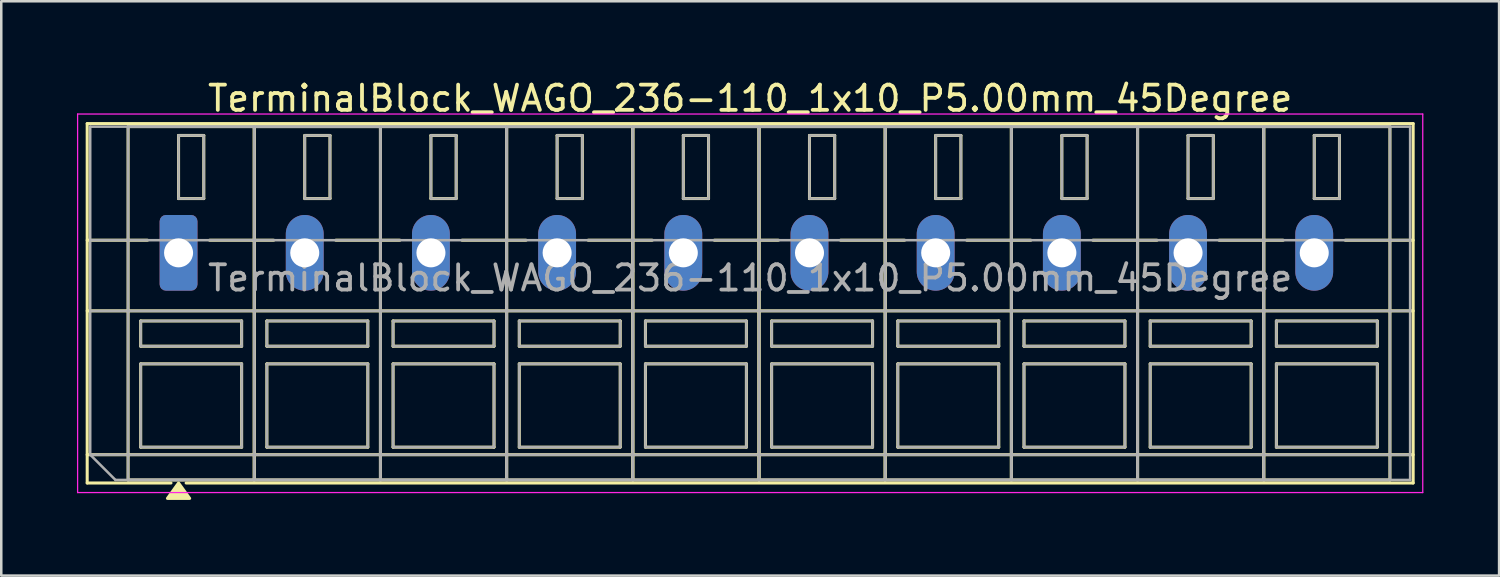
<source format=kicad_pcb>
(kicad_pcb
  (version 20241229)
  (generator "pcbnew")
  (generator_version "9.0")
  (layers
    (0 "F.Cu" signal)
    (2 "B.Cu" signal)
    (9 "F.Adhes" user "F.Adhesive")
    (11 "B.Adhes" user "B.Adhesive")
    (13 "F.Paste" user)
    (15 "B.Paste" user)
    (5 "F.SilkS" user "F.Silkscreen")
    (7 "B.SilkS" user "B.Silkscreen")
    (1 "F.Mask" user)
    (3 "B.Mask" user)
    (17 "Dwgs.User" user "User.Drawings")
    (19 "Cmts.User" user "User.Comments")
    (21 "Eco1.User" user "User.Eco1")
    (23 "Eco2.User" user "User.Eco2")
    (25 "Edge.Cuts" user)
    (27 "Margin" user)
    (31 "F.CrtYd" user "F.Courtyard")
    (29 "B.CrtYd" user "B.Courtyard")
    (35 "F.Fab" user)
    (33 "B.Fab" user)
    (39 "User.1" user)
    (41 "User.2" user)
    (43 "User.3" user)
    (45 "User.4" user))
  (footprint "TerminalBlock_WAGO_236-110_1x10_P5.00mm_45Degree"
    (layer "F.Cu")
    (at 4.025 6.968)
    (property "Reference" "TerminalBlock_WAGO_236-110_1x10_P5.00mm_45Degree" (at 22.65 -6.12 0) (layer "F.SilkS") (effects (font (size 1 1) (thickness 0.15))))
    (attr through_hole)
    (fp_line (start -3.62 -5.12) (end -3.62 9.12) (stroke (width 0.12) (type solid)) (layer "F.SilkS"))
    (fp_line (start -3.62 -5.12) (end 48.92 -5.12) (stroke (width 0.12) (type solid)) (layer "F.SilkS"))
    (fp_line (start -3.62 -0.5) (end -1.23 -0.5) (stroke (width 0.12) (type solid)) (layer "F.SilkS"))
    (fp_line (start -3.62 2.3) (end 48.92 2.3) (stroke (width 0.12) (type solid)) (layer "F.SilkS"))
    (fp_line (start -3.62 8) (end 48.92 8) (stroke (width 0.12) (type solid)) (layer "F.SilkS"))
    (fp_line (start -3.62 9.12) (end -0.3 9.12) (stroke (width 0.12) (type solid)) (layer "F.SilkS"))
    (fp_line (start -2 -5) (end -2 9) (stroke (width 0.12) (type solid)) (layer "F.SilkS"))
    (fp_line (start -2 -5) (end 3 -5) (stroke (width 0.12) (type solid)) (layer "F.SilkS"))
    (fp_line (start -2 9) (end 3 9) (stroke (width 0.12) (type solid)) (layer "F.SilkS"))
    (fp_line (start -1.5 2.7) (end -1.5 3.7) (stroke (width 0.12) (type solid)) (layer "F.SilkS"))
    (fp_line (start -1.5 2.7) (end 2.5 2.7) (stroke (width 0.12) (type solid)) (layer "F.SilkS"))
    (fp_line (start -1.5 3.7) (end 2.5 3.7) (stroke (width 0.12) (type solid)) (layer "F.SilkS"))
    (fp_line (start -1.5 4.4) (end -1.5 7.7) (stroke (width 0.12) (type solid)) (layer "F.SilkS"))
    (fp_line (start -1.5 4.4) (end 2.5 4.4) (stroke (width 0.12) (type solid)) (layer "F.SilkS"))
    (fp_line (start -1.5 7.7) (end 2.5 7.7) (stroke (width 0.12) (type solid)) (layer "F.SilkS"))
    (fp_line (start 0 -4.65) (end 0 -2.15) (stroke (width 0.12) (type solid)) (layer "F.SilkS"))
    (fp_line (start 0 -4.65) (end 1 -4.65) (stroke (width 0.12) (type solid)) (layer "F.SilkS"))
    (fp_line (start 0 -2.15) (end 1 -2.15) (stroke (width 0.12) (type solid)) (layer "F.SilkS"))
    (fp_line (start 0.3 9.12) (end 48.92 9.12) (stroke (width 0.12) (type solid)) (layer "F.SilkS"))
    (fp_line (start 1 -4.65) (end 1 -2.15) (stroke (width 0.12) (type solid)) (layer "F.SilkS"))
    (fp_line (start 1.23 -0.5) (end 3.77 -0.5) (stroke (width 0.12) (type solid)) (layer "F.SilkS"))
    (fp_line (start 2.5 2.7) (end 2.5 3.7) (stroke (width 0.12) (type solid)) (layer "F.SilkS"))
    (fp_line (start 2.5 4.4) (end 2.5 7.7) (stroke (width 0.12) (type solid)) (layer "F.SilkS"))
    (fp_line (start 3 -5) (end 3 9) (stroke (width 0.12) (type solid)) (layer "F.SilkS"))
    (fp_line (start 3 -5) (end 3 9) (stroke (width 0.12) (type solid)) (layer "F.SilkS"))
    (fp_line (start 3 -5) (end 8 -5) (stroke (width 0.12) (type solid)) (layer "F.SilkS"))
    (fp_line (start 3 9) (end 8 9) (stroke (width 0.12) (type solid)) (layer "F.SilkS"))
    (fp_line (start 3.5 2.7) (end 3.5 3.7) (stroke (width 0.12) (type solid)) (layer "F.SilkS"))
    (fp_line (start 3.5 2.7) (end 7.5 2.7) (stroke (width 0.12) (type solid)) (layer "F.SilkS"))
    (fp_line (start 3.5 3.7) (end 7.5 3.7) (stroke (width 0.12) (type solid)) (layer "F.SilkS"))
    (fp_line (start 3.5 4.4) (end 3.5 7.7) (stroke (width 0.12) (type solid)) (layer "F.SilkS"))
    (fp_line (start 3.5 4.4) (end 7.5 4.4) (stroke (width 0.12) (type solid)) (layer "F.SilkS"))
    (fp_line (start 3.5 7.7) (end 7.5 7.7) (stroke (width 0.12) (type solid)) (layer "F.SilkS"))
    (fp_line (start 5 -4.65) (end 5 -2.15) (stroke (width 0.12) (type solid)) (layer "F.SilkS"))
    (fp_line (start 5 -4.65) (end 6 -4.65) (stroke (width 0.12) (type solid)) (layer "F.SilkS"))
    (fp_line (start 5 -2.15) (end 6 -2.15) (stroke (width 0.12) (type solid)) (layer "F.SilkS"))
    (fp_line (start 6 -4.65) (end 6 -2.15) (stroke (width 0.12) (type solid)) (layer "F.SilkS"))
    (fp_line (start 6.23 -0.5) (end 8.77 -0.5) (stroke (width 0.12) (type solid)) (layer "F.SilkS"))
    (fp_line (start 7.5 2.7) (end 7.5 3.7) (stroke (width 0.12) (type solid)) (layer "F.SilkS"))
    (fp_line (start 7.5 4.4) (end 7.5 7.7) (stroke (width 0.12) (type solid)) (layer "F.SilkS"))
    (fp_line (start 8 -5) (end 8 9) (stroke (width 0.12) (type solid)) (layer "F.SilkS"))
    (fp_line (start 8 -5) (end 8 9) (stroke (width 0.12) (type solid)) (layer "F.SilkS"))
    (fp_line (start 8 -5) (end 13 -5) (stroke (width 0.12) (type solid)) (layer "F.SilkS"))
    (fp_line (start 8 9) (end 13 9) (stroke (width 0.12) (type solid)) (layer "F.SilkS"))
    (fp_line (start 8.5 2.7) (end 8.5 3.7) (stroke (width 0.12) (type solid)) (layer "F.SilkS"))
    (fp_line (start 8.5 2.7) (end 12.5 2.7) (stroke (width 0.12) (type solid)) (layer "F.SilkS"))
    (fp_line (start 8.5 3.7) (end 12.5 3.7) (stroke (width 0.12) (type solid)) (layer "F.SilkS"))
    (fp_line (start 8.5 4.4) (end 8.5 7.7) (stroke (width 0.12) (type solid)) (layer "F.SilkS"))
    (fp_line (start 8.5 4.4) (end 12.5 4.4) (stroke (width 0.12) (type solid)) (layer "F.SilkS"))
    (fp_line (start 8.5 7.7) (end 12.5 7.7) (stroke (width 0.12) (type solid)) (layer "F.SilkS"))
    (fp_line (start 10 -4.65) (end 10 -2.15) (stroke (width 0.12) (type solid)) (layer "F.SilkS"))
    (fp_line (start 10 -4.65) (end 11 -4.65) (stroke (width 0.12) (type solid)) (layer "F.SilkS"))
    (fp_line (start 10 -2.15) (end 11 -2.15) (stroke (width 0.12) (type solid)) (layer "F.SilkS"))
    (fp_line (start 11 -4.65) (end 11 -2.15) (stroke (width 0.12) (type solid)) (layer "F.SilkS"))
    (fp_line (start 11.23 -0.5) (end 13.77 -0.5) (stroke (width 0.12) (type solid)) (layer "F.SilkS"))
    (fp_line (start 12.5 2.7) (end 12.5 3.7) (stroke (width 0.12) (type solid)) (layer "F.SilkS"))
    (fp_line (start 12.5 4.4) (end 12.5 7.7) (stroke (width 0.12) (type solid)) (layer "F.SilkS"))
    (fp_line (start 13 -5) (end 13 9) (stroke (width 0.12) (type solid)) (layer "F.SilkS"))
    (fp_line (start 13 -5) (end 13 9) (stroke (width 0.12) (type solid)) (layer "F.SilkS"))
    (fp_line (start 13 -5) (end 18 -5) (stroke (width 0.12) (type solid)) (layer "F.SilkS"))
    (fp_line (start 13 9) (end 18 9) (stroke (width 0.12) (type solid)) (layer "F.SilkS"))
    (fp_line (start 13.5 2.7) (end 13.5 3.7) (stroke (width 0.12) (type solid)) (layer "F.SilkS"))
    (fp_line (start 13.5 2.7) (end 17.5 2.7) (stroke (width 0.12) (type solid)) (layer "F.SilkS"))
    (fp_line (start 13.5 3.7) (end 17.5 3.7) (stroke (width 0.12) (type solid)) (layer "F.SilkS"))
    (fp_line (start 13.5 4.4) (end 13.5 7.7) (stroke (width 0.12) (type solid)) (layer "F.SilkS"))
    (fp_line (start 13.5 4.4) (end 17.5 4.4) (stroke (width 0.12) (type solid)) (layer "F.SilkS"))
    (fp_line (start 13.5 7.7) (end 17.5 7.7) (stroke (width 0.12) (type solid)) (layer "F.SilkS"))
    (fp_line (start 15 -4.65) (end 15 -2.15) (stroke (width 0.12) (type solid)) (layer "F.SilkS"))
    (fp_line (start 15 -4.65) (end 16 -4.65) (stroke (width 0.12) (type solid)) (layer "F.SilkS"))
    (fp_line (start 15 -2.15) (end 16 -2.15) (stroke (width 0.12) (type solid)) (layer "F.SilkS"))
    (fp_line (start 16 -4.65) (end 16 -2.15) (stroke (width 0.12) (type solid)) (layer "F.SilkS"))
    (fp_line (start 16.23 -0.5) (end 18.77 -0.5) (stroke (width 0.12) (type solid)) (layer "F.SilkS"))
    (fp_line (start 17.5 2.7) (end 17.5 3.7) (stroke (width 0.12) (type solid)) (layer "F.SilkS"))
    (fp_line (start 17.5 4.4) (end 17.5 7.7) (stroke (width 0.12) (type solid)) (layer "F.SilkS"))
    (fp_line (start 18 -5) (end 18 9) (stroke (width 0.12) (type solid)) (layer "F.SilkS"))
    (fp_line (start 18 -5) (end 18 9) (stroke (width 0.12) (type solid)) (layer "F.SilkS"))
    (fp_line (start 18 -5) (end 23 -5) (stroke (width 0.12) (type solid)) (layer "F.SilkS"))
    (fp_line (start 18 9) (end 23 9) (stroke (width 0.12) (type solid)) (layer "F.SilkS"))
    (fp_line (start 18.5 2.7) (end 18.5 3.7) (stroke (width 0.12) (type solid)) (layer "F.SilkS"))
    (fp_line (start 18.5 2.7) (end 22.5 2.7) (stroke (width 0.12) (type solid)) (layer "F.SilkS"))
    (fp_line (start 18.5 3.7) (end 22.5 3.7) (stroke (width 0.12) (type solid)) (layer "F.SilkS"))
    (fp_line (start 18.5 4.4) (end 18.5 7.7) (stroke (width 0.12) (type solid)) (layer "F.SilkS"))
    (fp_line (start 18.5 4.4) (end 22.5 4.4) (stroke (width 0.12) (type solid)) (layer "F.SilkS"))
    (fp_line (start 18.5 7.7) (end 22.5 7.7) (stroke (width 0.12) (type solid)) (layer "F.SilkS"))
    (fp_line (start 20 -4.65) (end 20 -2.15) (stroke (width 0.12) (type solid)) (layer "F.SilkS"))
    (fp_line (start 20 -4.65) (end 21 -4.65) (stroke (width 0.12) (type solid)) (layer "F.SilkS"))
    (fp_line (start 20 -2.15) (end 21 -2.15) (stroke (width 0.12) (type solid)) (layer "F.SilkS"))
    (fp_line (start 21 -4.65) (end 21 -2.15) (stroke (width 0.12) (type solid)) (layer "F.SilkS"))
    (fp_line (start 21.23 -0.5) (end 23.77 -0.5) (stroke (width 0.12) (type solid)) (layer "F.SilkS"))
    (fp_line (start 22.5 2.7) (end 22.5 3.7) (stroke (width 0.12) (type solid)) (layer "F.SilkS"))
    (fp_line (start 22.5 4.4) (end 22.5 7.7) (stroke (width 0.12) (type solid)) (layer "F.SilkS"))
    (fp_line (start 23 -5) (end 23 9) (stroke (width 0.12) (type solid)) (layer "F.SilkS"))
    (fp_line (start 23 -5) (end 23 9) (stroke (width 0.12) (type solid)) (layer "F.SilkS"))
    (fp_line (start 23 -5) (end 28 -5) (stroke (width 0.12) (type solid)) (layer "F.SilkS"))
    (fp_line (start 23 9) (end 28 9) (stroke (width 0.12) (type solid)) (layer "F.SilkS"))
    (fp_line (start 23.5 2.7) (end 23.5 3.7) (stroke (width 0.12) (type solid)) (layer "F.SilkS"))
    (fp_line (start 23.5 2.7) (end 27.5 2.7) (stroke (width 0.12) (type solid)) (layer "F.SilkS"))
    (fp_line (start 23.5 3.7) (end 27.5 3.7) (stroke (width 0.12) (type solid)) (layer "F.SilkS"))
    (fp_line (start 23.5 4.4) (end 23.5 7.7) (stroke (width 0.12) (type solid)) (layer "F.SilkS"))
    (fp_line (start 23.5 4.4) (end 27.5 4.4) (stroke (width 0.12) (type solid)) (layer "F.SilkS"))
    (fp_line (start 23.5 7.7) (end 27.5 7.7) (stroke (width 0.12) (type solid)) (layer "F.SilkS"))
    (fp_line (start 25 -4.65) (end 25 -2.15) (stroke (width 0.12) (type solid)) (layer "F.SilkS"))
    (fp_line (start 25 -4.65) (end 26 -4.65) (stroke (width 0.12) (type solid)) (layer "F.SilkS"))
    (fp_line (start 25 -2.15) (end 26 -2.15) (stroke (width 0.12) (type solid)) (layer "F.SilkS"))
    (fp_line (start 26 -4.65) (end 26 -2.15) (stroke (width 0.12) (type solid)) (layer "F.SilkS"))
    (fp_line (start 26.23 -0.5) (end 28.77 -0.5) (stroke (width 0.12) (type solid)) (layer "F.SilkS"))
    (fp_line (start 27.5 2.7) (end 27.5 3.7) (stroke (width 0.12) (type solid)) (layer "F.SilkS"))
    (fp_line (start 27.5 4.4) (end 27.5 7.7) (stroke (width 0.12) (type solid)) (layer "F.SilkS"))
    (fp_line (start 28 -5) (end 28 9) (stroke (width 0.12) (type solid)) (layer "F.SilkS"))
    (fp_line (start 28 -5) (end 28 9) (stroke (width 0.12) (type solid)) (layer "F.SilkS"))
    (fp_line (start 28 -5) (end 33 -5) (stroke (width 0.12) (type solid)) (layer "F.SilkS"))
    (fp_line (start 28 9) (end 33 9) (stroke (width 0.12) (type solid)) (layer "F.SilkS"))
    (fp_line (start 28.5 2.7) (end 28.5 3.7) (stroke (width 0.12) (type solid)) (layer "F.SilkS"))
    (fp_line (start 28.5 2.7) (end 32.5 2.7) (stroke (width 0.12) (type solid)) (layer "F.SilkS"))
    (fp_line (start 28.5 3.7) (end 32.5 3.7) (stroke (width 0.12) (type solid)) (layer "F.SilkS"))
    (fp_line (start 28.5 4.4) (end 28.5 7.7) (stroke (width 0.12) (type solid)) (layer "F.SilkS"))
    (fp_line (start 28.5 4.4) (end 32.5 4.4) (stroke (width 0.12) (type solid)) (layer "F.SilkS"))
    (fp_line (start 28.5 7.7) (end 32.5 7.7) (stroke (width 0.12) (type solid)) (layer "F.SilkS"))
    (fp_line (start 30 -4.65) (end 30 -2.15) (stroke (width 0.12) (type solid)) (layer "F.SilkS"))
    (fp_line (start 30 -4.65) (end 31 -4.65) (stroke (width 0.12) (type solid)) (layer "F.SilkS"))
    (fp_line (start 30 -2.15) (end 31 -2.15) (stroke (width 0.12) (type solid)) (layer "F.SilkS"))
    (fp_line (start 31 -4.65) (end 31 -2.15) (stroke (width 0.12) (type solid)) (layer "F.SilkS"))
    (fp_line (start 31.23 -0.5) (end 33.77 -0.5) (stroke (width 0.12) (type solid)) (layer "F.SilkS"))
    (fp_line (start 32.5 2.7) (end 32.5 3.7) (stroke (width 0.12) (type solid)) (layer "F.SilkS"))
    (fp_line (start 32.5 4.4) (end 32.5 7.7) (stroke (width 0.12) (type solid)) (layer "F.SilkS"))
    (fp_line (start 33 -5) (end 33 9) (stroke (width 0.12) (type solid)) (layer "F.SilkS"))
    (fp_line (start 33 -5) (end 33 9) (stroke (width 0.12) (type solid)) (layer "F.SilkS"))
    (fp_line (start 33 -5) (end 38 -5) (stroke (width 0.12) (type solid)) (layer "F.SilkS"))
    (fp_line (start 33 9) (end 38 9) (stroke (width 0.12) (type solid)) (layer "F.SilkS"))
    (fp_line (start 33.5 2.7) (end 33.5 3.7) (stroke (width 0.12) (type solid)) (layer "F.SilkS"))
    (fp_line (start 33.5 2.7) (end 37.5 2.7) (stroke (width 0.12) (type solid)) (layer "F.SilkS"))
    (fp_line (start 33.5 3.7) (end 37.5 3.7) (stroke (width 0.12) (type solid)) (layer "F.SilkS"))
    (fp_line (start 33.5 4.4) (end 33.5 7.7) (stroke (width 0.12) (type solid)) (layer "F.SilkS"))
    (fp_line (start 33.5 4.4) (end 37.5 4.4) (stroke (width 0.12) (type solid)) (layer "F.SilkS"))
    (fp_line (start 33.5 7.7) (end 37.5 7.7) (stroke (width 0.12) (type solid)) (layer "F.SilkS"))
    (fp_line (start 35 -4.65) (end 35 -2.15) (stroke (width 0.12) (type solid)) (layer "F.SilkS"))
    (fp_line (start 35 -4.65) (end 36 -4.65) (stroke (width 0.12) (type solid)) (layer "F.SilkS"))
    (fp_line (start 35 -2.15) (end 36 -2.15) (stroke (width 0.12) (type solid)) (layer "F.SilkS"))
    (fp_line (start 36 -4.65) (end 36 -2.15) (stroke (width 0.12) (type solid)) (layer "F.SilkS"))
    (fp_line (start 36.23 -0.5) (end 38.77 -0.5) (stroke (width 0.12) (type solid)) (layer "F.SilkS"))
    (fp_line (start 37.5 2.7) (end 37.5 3.7) (stroke (width 0.12) (type solid)) (layer "F.SilkS"))
    (fp_line (start 37.5 4.4) (end 37.5 7.7) (stroke (width 0.12) (type solid)) (layer "F.SilkS"))
    (fp_line (start 38 -5) (end 38 9) (stroke (width 0.12) (type solid)) (layer "F.SilkS"))
    (fp_line (start 38 -5) (end 38 9) (stroke (width 0.12) (type solid)) (layer "F.SilkS"))
    (fp_line (start 38 -5) (end 43 -5) (stroke (width 0.12) (type solid)) (layer "F.SilkS"))
    (fp_line (start 38 9) (end 43 9) (stroke (width 0.12) (type solid)) (layer "F.SilkS"))
    (fp_line (start 38.5 2.7) (end 38.5 3.7) (stroke (width 0.12) (type solid)) (layer "F.SilkS"))
    (fp_line (start 38.5 2.7) (end 42.5 2.7) (stroke (width 0.12) (type solid)) (layer "F.SilkS"))
    (fp_line (start 38.5 3.7) (end 42.5 3.7) (stroke (width 0.12) (type solid)) (layer "F.SilkS"))
    (fp_line (start 38.5 4.4) (end 38.5 7.7) (stroke (width 0.12) (type solid)) (layer "F.SilkS"))
    (fp_line (start 38.5 4.4) (end 42.5 4.4) (stroke (width 0.12) (type solid)) (layer "F.SilkS"))
    (fp_line (start 38.5 7.7) (end 42.5 7.7) (stroke (width 0.12) (type solid)) (layer "F.SilkS"))
    (fp_line (start 40 -4.65) (end 40 -2.15) (stroke (width 0.12) (type solid)) (layer "F.SilkS"))
    (fp_line (start 40 -4.65) (end 41 -4.65) (stroke (width 0.12) (type solid)) (layer "F.SilkS"))
    (fp_line (start 40 -2.15) (end 41 -2.15) (stroke (width 0.12) (type solid)) (layer "F.SilkS"))
    (fp_line (start 41 -4.65) (end 41 -2.15) (stroke (width 0.12) (type solid)) (layer "F.SilkS"))
    (fp_line (start 41.23 -0.5) (end 43.77 -0.5) (stroke (width 0.12) (type solid)) (layer "F.SilkS"))
    (fp_line (start 42.5 2.7) (end 42.5 3.7) (stroke (width 0.12) (type solid)) (layer "F.SilkS"))
    (fp_line (start 42.5 4.4) (end 42.5 7.7) (stroke (width 0.12) (type solid)) (layer "F.SilkS"))
    (fp_line (start 43 -5) (end 43 9) (stroke (width 0.12) (type solid)) (layer "F.SilkS"))
    (fp_line (start 43 -5) (end 43 9) (stroke (width 0.12) (type solid)) (layer "F.SilkS"))
    (fp_line (start 43 -5) (end 48 -5) (stroke (width 0.12) (type solid)) (layer "F.SilkS"))
    (fp_line (start 43 9) (end 48 9) (stroke (width 0.12) (type solid)) (layer "F.SilkS"))
    (fp_line (start 43.5 2.7) (end 43.5 3.7) (stroke (width 0.12) (type solid)) (layer "F.SilkS"))
    (fp_line (start 43.5 2.7) (end 47.5 2.7) (stroke (width 0.12) (type solid)) (layer "F.SilkS"))
    (fp_line (start 43.5 3.7) (end 47.5 3.7) (stroke (width 0.12) (type solid)) (layer "F.SilkS"))
    (fp_line (start 43.5 4.4) (end 43.5 7.7) (stroke (width 0.12) (type solid)) (layer "F.SilkS"))
    (fp_line (start 43.5 4.4) (end 47.5 4.4) (stroke (width 0.12) (type solid)) (layer "F.SilkS"))
    (fp_line (start 43.5 7.7) (end 47.5 7.7) (stroke (width 0.12) (type solid)) (layer "F.SilkS"))
    (fp_line (start 45 -4.65) (end 45 -2.15) (stroke (width 0.12) (type solid)) (layer "F.SilkS"))
    (fp_line (start 45 -4.65) (end 46 -4.65) (stroke (width 0.12) (type solid)) (layer "F.SilkS"))
    (fp_line (start 45 -2.15) (end 46 -2.15) (stroke (width 0.12) (type solid)) (layer "F.SilkS"))
    (fp_line (start 46 -4.65) (end 46 -2.15) (stroke (width 0.12) (type solid)) (layer "F.SilkS"))
    (fp_line (start 46.23 -0.5) (end 48.92 -0.5) (stroke (width 0.12) (type solid)) (layer "F.SilkS"))
    (fp_line (start 47.5 2.7) (end 47.5 3.7) (stroke (width 0.12) (type solid)) (layer "F.SilkS"))
    (fp_line (start 47.5 4.4) (end 47.5 7.7) (stroke (width 0.12) (type solid)) (layer "F.SilkS"))
    (fp_line (start 48 -5) (end 48 9) (stroke (width 0.12) (type solid)) (layer "F.SilkS"))
    (fp_line (start 48.92 -5.12) (end 48.92 9.12) (stroke (width 0.12) (type solid)) (layer "F.SilkS"))
    (fp_poly (pts (xy 0 9.12) (xy 0.44 9.73) (xy -0.44 9.73)) (stroke (width 0.12) (type solid)) (fill yes) (layer "F.SilkS"))
    (fp_line (start -4 -5.5) (end -4 9.5) (stroke (width 0.05) (type solid)) (layer "F.CrtYd"))
    (fp_line (start -4 9.5) (end 49.3 9.5) (stroke (width 0.05) (type solid)) (layer "F.CrtYd"))
    (fp_line (start 49.3 -5.5) (end -4 -5.5) (stroke (width 0.05) (type solid)) (layer "F.CrtYd"))
    (fp_line (start 49.3 9.5) (end 49.3 -5.5) (stroke (width 0.05) (type solid)) (layer "F.CrtYd"))
    (fp_line (start -3.5 -5) (end 48.8 -5) (stroke (width 0.1) (type solid)) (layer "F.Fab"))
    (fp_line (start -3.5 -0.5) (end 48.8 -0.5) (stroke (width 0.1) (type solid)) (layer "F.Fab"))
    (fp_line (start -3.5 2.3) (end 48.8 2.3) (stroke (width 0.1) (type solid)) (layer "F.Fab"))
    (fp_line (start -3.5 8) (end -3.5 -5) (stroke (width 0.1) (type solid)) (layer "F.Fab"))
    (fp_line (start -3.5 8) (end 48.8 8) (stroke (width 0.1) (type solid)) (layer "F.Fab"))
    (fp_line (start -2.5 9) (end -3.5 8) (stroke (width 0.1) (type solid)) (layer "F.Fab"))
    (fp_line (start -2 -5) (end -2 9) (stroke (width 0.1) (type solid)) (layer "F.Fab"))
    (fp_line (start -2 9) (end 3 9) (stroke (width 0.1) (type solid)) (layer "F.Fab"))
    (fp_line (start -1.5 2.7) (end -1.5 3.7) (stroke (width 0.1) (type solid)) (layer "F.Fab"))
    (fp_line (start -1.5 3.7) (end 2.5 3.7) (stroke (width 0.1) (type solid)) (layer "F.Fab"))
    (fp_line (start -1.5 4.4) (end -1.5 7.7) (stroke (width 0.1) (type solid)) (layer "F.Fab"))
    (fp_line (start -1.5 7.7) (end 2.5 7.7) (stroke (width 0.1) (type solid)) (layer "F.Fab"))
    (fp_line (start 0 -4.65) (end 0 -2.15) (stroke (width 0.1) (type solid)) (layer "F.Fab"))
    (fp_line (start 0 -2.15) (end 1 -2.15) (stroke (width 0.1) (type solid)) (layer "F.Fab"))
    (fp_line (start 1 -4.65) (end 0 -4.65) (stroke (width 0.1) (type solid)) (layer "F.Fab"))
    (fp_line (start 1 -2.15) (end 1 -4.65) (stroke (width 0.1) (type solid)) (layer "F.Fab"))
    (fp_line (start 2.5 2.7) (end -1.5 2.7) (stroke (width 0.1) (type solid)) (layer "F.Fab"))
    (fp_line (start 2.5 3.7) (end 2.5 2.7) (stroke (width 0.1) (type solid)) (layer "F.Fab"))
    (fp_line (start 2.5 4.4) (end -1.5 4.4) (stroke (width 0.1) (type solid)) (layer "F.Fab"))
    (fp_line (start 2.5 7.7) (end 2.5 4.4) (stroke (width 0.1) (type solid)) (layer "F.Fab"))
    (fp_line (start 3 -5) (end -2 -5) (stroke (width 0.1) (type solid)) (layer "F.Fab"))
    (fp_line (start 3 -5) (end 3 9) (stroke (width 0.1) (type solid)) (layer "F.Fab"))
    (fp_line (start 3 9) (end 3 -5) (stroke (width 0.1) (type solid)) (layer "F.Fab"))
    (fp_line (start 3 9) (end 8 9) (stroke (width 0.1) (type solid)) (layer "F.Fab"))
    (fp_line (start 3.5 2.7) (end 3.5 3.7) (stroke (width 0.1) (type solid)) (layer "F.Fab"))
    (fp_line (start 3.5 3.7) (end 7.5 3.7) (stroke (width 0.1) (type solid)) (layer "F.Fab"))
    (fp_line (start 3.5 4.4) (end 3.5 7.7) (stroke (width 0.1) (type solid)) (layer "F.Fab"))
    (fp_line (start 3.5 7.7) (end 7.5 7.7) (stroke (width 0.1) (type solid)) (layer "F.Fab"))
    (fp_line (start 5 -4.65) (end 5 -2.15) (stroke (width 0.1) (type solid)) (layer "F.Fab"))
    (fp_line (start 5 -2.15) (end 6 -2.15) (stroke (width 0.1) (type solid)) (layer "F.Fab"))
    (fp_line (start 6 -4.65) (end 5 -4.65) (stroke (width 0.1) (type solid)) (layer "F.Fab"))
    (fp_line (start 6 -2.15) (end 6 -4.65) (stroke (width 0.1) (type solid)) (layer "F.Fab"))
    (fp_line (start 7.5 2.7) (end 3.5 2.7) (stroke (width 0.1) (type solid)) (layer "F.Fab"))
    (fp_line (start 7.5 3.7) (end 7.5 2.7) (stroke (width 0.1) (type solid)) (layer "F.Fab"))
    (fp_line (start 7.5 4.4) (end 3.5 4.4) (stroke (width 0.1) (type solid)) (layer "F.Fab"))
    (fp_line (start 7.5 7.7) (end 7.5 4.4) (stroke (width 0.1) (type solid)) (layer "F.Fab"))
    (fp_line (start 8 -5) (end 3 -5) (stroke (width 0.1) (type solid)) (layer "F.Fab"))
    (fp_line (start 8 -5) (end 8 9) (stroke (width 0.1) (type solid)) (layer "F.Fab"))
    (fp_line (start 8 9) (end 8 -5) (stroke (width 0.1) (type solid)) (layer "F.Fab"))
    (fp_line (start 8 9) (end 13 9) (stroke (width 0.1) (type solid)) (layer "F.Fab"))
    (fp_line (start 8.5 2.7) (end 8.5 3.7) (stroke (width 0.1) (type solid)) (layer "F.Fab"))
    (fp_line (start 8.5 3.7) (end 12.5 3.7) (stroke (width 0.1) (type solid)) (layer "F.Fab"))
    (fp_line (start 8.5 4.4) (end 8.5 7.7) (stroke (width 0.1) (type solid)) (layer "F.Fab"))
    (fp_line (start 8.5 7.7) (end 12.5 7.7) (stroke (width 0.1) (type solid)) (layer "F.Fab"))
    (fp_line (start 10 -4.65) (end 10 -2.15) (stroke (width 0.1) (type solid)) (layer "F.Fab"))
    (fp_line (start 10 -2.15) (end 11 -2.15) (stroke (width 0.1) (type solid)) (layer "F.Fab"))
    (fp_line (start 11 -4.65) (end 10 -4.65) (stroke (width 0.1) (type solid)) (layer "F.Fab"))
    (fp_line (start 11 -2.15) (end 11 -4.65) (stroke (width 0.1) (type solid)) (layer "F.Fab"))
    (fp_line (start 12.5 2.7) (end 8.5 2.7) (stroke (width 0.1) (type solid)) (layer "F.Fab"))
    (fp_line (start 12.5 3.7) (end 12.5 2.7) (stroke (width 0.1) (type solid)) (layer "F.Fab"))
    (fp_line (start 12.5 4.4) (end 8.5 4.4) (stroke (width 0.1) (type solid)) (layer "F.Fab"))
    (fp_line (start 12.5 7.7) (end 12.5 4.4) (stroke (width 0.1) (type solid)) (layer "F.Fab"))
    (fp_line (start 13 -5) (end 8 -5) (stroke (width 0.1) (type solid)) (layer "F.Fab"))
    (fp_line (start 13 -5) (end 13 9) (stroke (width 0.1) (type solid)) (layer "F.Fab"))
    (fp_line (start 13 9) (end 13 -5) (stroke (width 0.1) (type solid)) (layer "F.Fab"))
    (fp_line (start 13 9) (end 18 9) (stroke (width 0.1) (type solid)) (layer "F.Fab"))
    (fp_line (start 13.5 2.7) (end 13.5 3.7) (stroke (width 0.1) (type solid)) (layer "F.Fab"))
    (fp_line (start 13.5 3.7) (end 17.5 3.7) (stroke (width 0.1) (type solid)) (layer "F.Fab"))
    (fp_line (start 13.5 4.4) (end 13.5 7.7) (stroke (width 0.1) (type solid)) (layer "F.Fab"))
    (fp_line (start 13.5 7.7) (end 17.5 7.7) (stroke (width 0.1) (type solid)) (layer "F.Fab"))
    (fp_line (start 15 -4.65) (end 15 -2.15) (stroke (width 0.1) (type solid)) (layer "F.Fab"))
    (fp_line (start 15 -2.15) (end 16 -2.15) (stroke (width 0.1) (type solid)) (layer "F.Fab"))
    (fp_line (start 16 -4.65) (end 15 -4.65) (stroke (width 0.1) (type solid)) (layer "F.Fab"))
    (fp_line (start 16 -2.15) (end 16 -4.65) (stroke (width 0.1) (type solid)) (layer "F.Fab"))
    (fp_line (start 17.5 2.7) (end 13.5 2.7) (stroke (width 0.1) (type solid)) (layer "F.Fab"))
    (fp_line (start 17.5 3.7) (end 17.5 2.7) (stroke (width 0.1) (type solid)) (layer "F.Fab"))
    (fp_line (start 17.5 4.4) (end 13.5 4.4) (stroke (width 0.1) (type solid)) (layer "F.Fab"))
    (fp_line (start 17.5 7.7) (end 17.5 4.4) (stroke (width 0.1) (type solid)) (layer "F.Fab"))
    (fp_line (start 18 -5) (end 13 -5) (stroke (width 0.1) (type solid)) (layer "F.Fab"))
    (fp_line (start 18 -5) (end 18 9) (stroke (width 0.1) (type solid)) (layer "F.Fab"))
    (fp_line (start 18 9) (end 18 -5) (stroke (width 0.1) (type solid)) (layer "F.Fab"))
    (fp_line (start 18 9) (end 23 9) (stroke (width 0.1) (type solid)) (layer "F.Fab"))
    (fp_line (start 18.5 2.7) (end 18.5 3.7) (stroke (width 0.1) (type solid)) (layer "F.Fab"))
    (fp_line (start 18.5 3.7) (end 22.5 3.7) (stroke (width 0.1) (type solid)) (layer "F.Fab"))
    (fp_line (start 18.5 4.4) (end 18.5 7.7) (stroke (width 0.1) (type solid)) (layer "F.Fab"))
    (fp_line (start 18.5 7.7) (end 22.5 7.7) (stroke (width 0.1) (type solid)) (layer "F.Fab"))
    (fp_line (start 20 -4.65) (end 20 -2.15) (stroke (width 0.1) (type solid)) (layer "F.Fab"))
    (fp_line (start 20 -2.15) (end 21 -2.15) (stroke (width 0.1) (type solid)) (layer "F.Fab"))
    (fp_line (start 21 -4.65) (end 20 -4.65) (stroke (width 0.1) (type solid)) (layer "F.Fab"))
    (fp_line (start 21 -2.15) (end 21 -4.65) (stroke (width 0.1) (type solid)) (layer "F.Fab"))
    (fp_line (start 22.5 2.7) (end 18.5 2.7) (stroke (width 0.1) (type solid)) (layer "F.Fab"))
    (fp_line (start 22.5 3.7) (end 22.5 2.7) (stroke (width 0.1) (type solid)) (layer "F.Fab"))
    (fp_line (start 22.5 4.4) (end 18.5 4.4) (stroke (width 0.1) (type solid)) (layer "F.Fab"))
    (fp_line (start 22.5 7.7) (end 22.5 4.4) (stroke (width 0.1) (type solid)) (layer "F.Fab"))
    (fp_line (start 23 -5) (end 18 -5) (stroke (width 0.1) (type solid)) (layer "F.Fab"))
    (fp_line (start 23 -5) (end 23 9) (stroke (width 0.1) (type solid)) (layer "F.Fab"))
    (fp_line (start 23 9) (end 23 -5) (stroke (width 0.1) (type solid)) (layer "F.Fab"))
    (fp_line (start 23 9) (end 28 9) (stroke (width 0.1) (type solid)) (layer "F.Fab"))
    (fp_line (start 23.5 2.7) (end 23.5 3.7) (stroke (width 0.1) (type solid)) (layer "F.Fab"))
    (fp_line (start 23.5 3.7) (end 27.5 3.7) (stroke (width 0.1) (type solid)) (layer "F.Fab"))
    (fp_line (start 23.5 4.4) (end 23.5 7.7) (stroke (width 0.1) (type solid)) (layer "F.Fab"))
    (fp_line (start 23.5 7.7) (end 27.5 7.7) (stroke (width 0.1) (type solid)) (layer "F.Fab"))
    (fp_line (start 25 -4.65) (end 25 -2.15) (stroke (width 0.1) (type solid)) (layer "F.Fab"))
    (fp_line (start 25 -2.15) (end 26 -2.15) (stroke (width 0.1) (type solid)) (layer "F.Fab"))
    (fp_line (start 26 -4.65) (end 25 -4.65) (stroke (width 0.1) (type solid)) (layer "F.Fab"))
    (fp_line (start 26 -2.15) (end 26 -4.65) (stroke (width 0.1) (type solid)) (layer "F.Fab"))
    (fp_line (start 27.5 2.7) (end 23.5 2.7) (stroke (width 0.1) (type solid)) (layer "F.Fab"))
    (fp_line (start 27.5 3.7) (end 27.5 2.7) (stroke (width 0.1) (type solid)) (layer "F.Fab"))
    (fp_line (start 27.5 4.4) (end 23.5 4.4) (stroke (width 0.1) (type solid)) (layer "F.Fab"))
    (fp_line (start 27.5 7.7) (end 27.5 4.4) (stroke (width 0.1) (type solid)) (layer "F.Fab"))
    (fp_line (start 28 -5) (end 23 -5) (stroke (width 0.1) (type solid)) (layer "F.Fab"))
    (fp_line (start 28 -5) (end 28 9) (stroke (width 0.1) (type solid)) (layer "F.Fab"))
    (fp_line (start 28 9) (end 28 -5) (stroke (width 0.1) (type solid)) (layer "F.Fab"))
    (fp_line (start 28 9) (end 33 9) (stroke (width 0.1) (type solid)) (layer "F.Fab"))
    (fp_line (start 28.5 2.7) (end 28.5 3.7) (stroke (width 0.1) (type solid)) (layer "F.Fab"))
    (fp_line (start 28.5 3.7) (end 32.5 3.7) (stroke (width 0.1) (type solid)) (layer "F.Fab"))
    (fp_line (start 28.5 4.4) (end 28.5 7.7) (stroke (width 0.1) (type solid)) (layer "F.Fab"))
    (fp_line (start 28.5 7.7) (end 32.5 7.7) (stroke (width 0.1) (type solid)) (layer "F.Fab"))
    (fp_line (start 30 -4.65) (end 30 -2.15) (stroke (width 0.1) (type solid)) (layer "F.Fab"))
    (fp_line (start 30 -2.15) (end 31 -2.15) (stroke (width 0.1) (type solid)) (layer "F.Fab"))
    (fp_line (start 31 -4.65) (end 30 -4.65) (stroke (width 0.1) (type solid)) (layer "F.Fab"))
    (fp_line (start 31 -2.15) (end 31 -4.65) (stroke (width 0.1) (type solid)) (layer "F.Fab"))
    (fp_line (start 32.5 2.7) (end 28.5 2.7) (stroke (width 0.1) (type solid)) (layer "F.Fab"))
    (fp_line (start 32.5 3.7) (end 32.5 2.7) (stroke (width 0.1) (type solid)) (layer "F.Fab"))
    (fp_line (start 32.5 4.4) (end 28.5 4.4) (stroke (width 0.1) (type solid)) (layer "F.Fab"))
    (fp_line (start 32.5 7.7) (end 32.5 4.4) (stroke (width 0.1) (type solid)) (layer "F.Fab"))
    (fp_line (start 33 -5) (end 28 -5) (stroke (width 0.1) (type solid)) (layer "F.Fab"))
    (fp_line (start 33 -5) (end 33 9) (stroke (width 0.1) (type solid)) (layer "F.Fab"))
    (fp_line (start 33 9) (end 33 -5) (stroke (width 0.1) (type solid)) (layer "F.Fab"))
    (fp_line (start 33 9) (end 38 9) (stroke (width 0.1) (type solid)) (layer "F.Fab"))
    (fp_line (start 33.5 2.7) (end 33.5 3.7) (stroke (width 0.1) (type solid)) (layer "F.Fab"))
    (fp_line (start 33.5 3.7) (end 37.5 3.7) (stroke (width 0.1) (type solid)) (layer "F.Fab"))
    (fp_line (start 33.5 4.4) (end 33.5 7.7) (stroke (width 0.1) (type solid)) (layer "F.Fab"))
    (fp_line (start 33.5 7.7) (end 37.5 7.7) (stroke (width 0.1) (type solid)) (layer "F.Fab"))
    (fp_line (start 35 -4.65) (end 35 -2.15) (stroke (width 0.1) (type solid)) (layer "F.Fab"))
    (fp_line (start 35 -2.15) (end 36 -2.15) (stroke (width 0.1) (type solid)) (layer "F.Fab"))
    (fp_line (start 36 -4.65) (end 35 -4.65) (stroke (width 0.1) (type solid)) (layer "F.Fab"))
    (fp_line (start 36 -2.15) (end 36 -4.65) (stroke (width 0.1) (type solid)) (layer "F.Fab"))
    (fp_line (start 37.5 2.7) (end 33.5 2.7) (stroke (width 0.1) (type solid)) (layer "F.Fab"))
    (fp_line (start 37.5 3.7) (end 37.5 2.7) (stroke (width 0.1) (type solid)) (layer "F.Fab"))
    (fp_line (start 37.5 4.4) (end 33.5 4.4) (stroke (width 0.1) (type solid)) (layer "F.Fab"))
    (fp_line (start 37.5 7.7) (end 37.5 4.4) (stroke (width 0.1) (type solid)) (layer "F.Fab"))
    (fp_line (start 38 -5) (end 33 -5) (stroke (width 0.1) (type solid)) (layer "F.Fab"))
    (fp_line (start 38 -5) (end 38 9) (stroke (width 0.1) (type solid)) (layer "F.Fab"))
    (fp_line (start 38 9) (end 38 -5) (stroke (width 0.1) (type solid)) (layer "F.Fab"))
    (fp_line (start 38 9) (end 43 9) (stroke (width 0.1) (type solid)) (layer "F.Fab"))
    (fp_line (start 38.5 2.7) (end 38.5 3.7) (stroke (width 0.1) (type solid)) (layer "F.Fab"))
    (fp_line (start 38.5 3.7) (end 42.5 3.7) (stroke (width 0.1) (type solid)) (layer "F.Fab"))
    (fp_line (start 38.5 4.4) (end 38.5 7.7) (stroke (width 0.1) (type solid)) (layer "F.Fab"))
    (fp_line (start 38.5 7.7) (end 42.5 7.7) (stroke (width 0.1) (type solid)) (layer "F.Fab"))
    (fp_line (start 40 -4.65) (end 40 -2.15) (stroke (width 0.1) (type solid)) (layer "F.Fab"))
    (fp_line (start 40 -2.15) (end 41 -2.15) (stroke (width 0.1) (type solid)) (layer "F.Fab"))
    (fp_line (start 41 -4.65) (end 40 -4.65) (stroke (width 0.1) (type solid)) (layer "F.Fab"))
    (fp_line (start 41 -2.15) (end 41 -4.65) (stroke (width 0.1) (type solid)) (layer "F.Fab"))
    (fp_line (start 42.5 2.7) (end 38.5 2.7) (stroke (width 0.1) (type solid)) (layer "F.Fab"))
    (fp_line (start 42.5 3.7) (end 42.5 2.7) (stroke (width 0.1) (type solid)) (layer "F.Fab"))
    (fp_line (start 42.5 4.4) (end 38.5 4.4) (stroke (width 0.1) (type solid)) (layer "F.Fab"))
    (fp_line (start 42.5 7.7) (end 42.5 4.4) (stroke (width 0.1) (type solid)) (layer "F.Fab"))
    (fp_line (start 43 -5) (end 38 -5) (stroke (width 0.1) (type solid)) (layer "F.Fab"))
    (fp_line (start 43 -5) (end 43 9) (stroke (width 0.1) (type solid)) (layer "F.Fab"))
    (fp_line (start 43 9) (end 43 -5) (stroke (width 0.1) (type solid)) (layer "F.Fab"))
    (fp_line (start 43 9) (end 48 9) (stroke (width 0.1) (type solid)) (layer "F.Fab"))
    (fp_line (start 43.5 2.7) (end 43.5 3.7) (stroke (width 0.1) (type solid)) (layer "F.Fab"))
    (fp_line (start 43.5 3.7) (end 47.5 3.7) (stroke (width 0.1) (type solid)) (layer "F.Fab"))
    (fp_line (start 43.5 4.4) (end 43.5 7.7) (stroke (width 0.1) (type solid)) (layer "F.Fab"))
    (fp_line (start 43.5 7.7) (end 47.5 7.7) (stroke (width 0.1) (type solid)) (layer "F.Fab"))
    (fp_line (start 45 -4.65) (end 45 -2.15) (stroke (width 0.1) (type solid)) (layer "F.Fab"))
    (fp_line (start 45 -2.15) (end 46 -2.15) (stroke (width 0.1) (type solid)) (layer "F.Fab"))
    (fp_line (start 46 -4.65) (end 45 -4.65) (stroke (width 0.1) (type solid)) (layer "F.Fab"))
    (fp_line (start 46 -2.15) (end 46 -4.65) (stroke (width 0.1) (type solid)) (layer "F.Fab"))
    (fp_line (start 47.5 2.7) (end 43.5 2.7) (stroke (width 0.1) (type solid)) (layer "F.Fab"))
    (fp_line (start 47.5 3.7) (end 47.5 2.7) (stroke (width 0.1) (type solid)) (layer "F.Fab"))
    (fp_line (start 47.5 4.4) (end 43.5 4.4) (stroke (width 0.1) (type solid)) (layer "F.Fab"))
    (fp_line (start 47.5 7.7) (end 47.5 4.4) (stroke (width 0.1) (type solid)) (layer "F.Fab"))
    (fp_line (start 48 -5) (end 43 -5) (stroke (width 0.1) (type solid)) (layer "F.Fab"))
    (fp_line (start 48 9) (end 48 -5) (stroke (width 0.1) (type solid)) (layer "F.Fab"))
    (fp_line (start 48.8 -5) (end 48.8 9) (stroke (width 0.1) (type solid)) (layer "F.Fab"))
    (fp_line (start 48.8 9) (end -2.5 9) (stroke (width 0.1) (type solid)) (layer "F.Fab"))
    (fp_text user "${REFERENCE}" (at 22.65 1 0) (layer "F.Fab") (effects (font (size 1 1) (thickness 0.15))))
    (pad "1" thru_hole roundrect (at 0 0) (size 1.5 3) (drill 1.15) (layers "*.Cu" "*.Mask") (roundrect_rratio 0.167))
    (pad "2" thru_hole oval (at 5 0) (size 1.5 3) (drill 1.15) (layers "*.Cu" "*.Mask"))
    (pad "3" thru_hole oval (at 10 0) (size 1.5 3) (drill 1.15) (layers "*.Cu" "*.Mask"))
    (pad "4" thru_hole oval (at 15 0) (size 1.5 3) (drill 1.15) (layers "*.Cu" "*.Mask"))
    (pad "5" thru_hole oval (at 20 0) (size 1.5 3) (drill 1.15) (layers "*.Cu" "*.Mask"))
    (pad "6" thru_hole oval (at 25 0) (size 1.5 3) (drill 1.15) (layers "*.Cu" "*.Mask"))
    (pad "7" thru_hole oval (at 30 0) (size 1.5 3) (drill 1.15) (layers "*.Cu" "*.Mask"))
    (pad "8" thru_hole oval (at 35 0) (size 1.5 3) (drill 1.15) (layers "*.Cu" "*.Mask"))
    (pad "9" thru_hole oval (at 40 0) (size 1.5 3) (drill 1.15) (layers "*.Cu" "*.Mask"))
    (pad "10" thru_hole oval (at 45 0) (size 1.5 3) (drill 1.15) (layers "*.Cu" "*.Mask")))
  (gr_rect
    (start -3 -3)
    (end 56.35 19.758)
    (stroke (width 0.1) (type default))
    (fill no)
    (layer "Edge.Cuts")))
</source>
